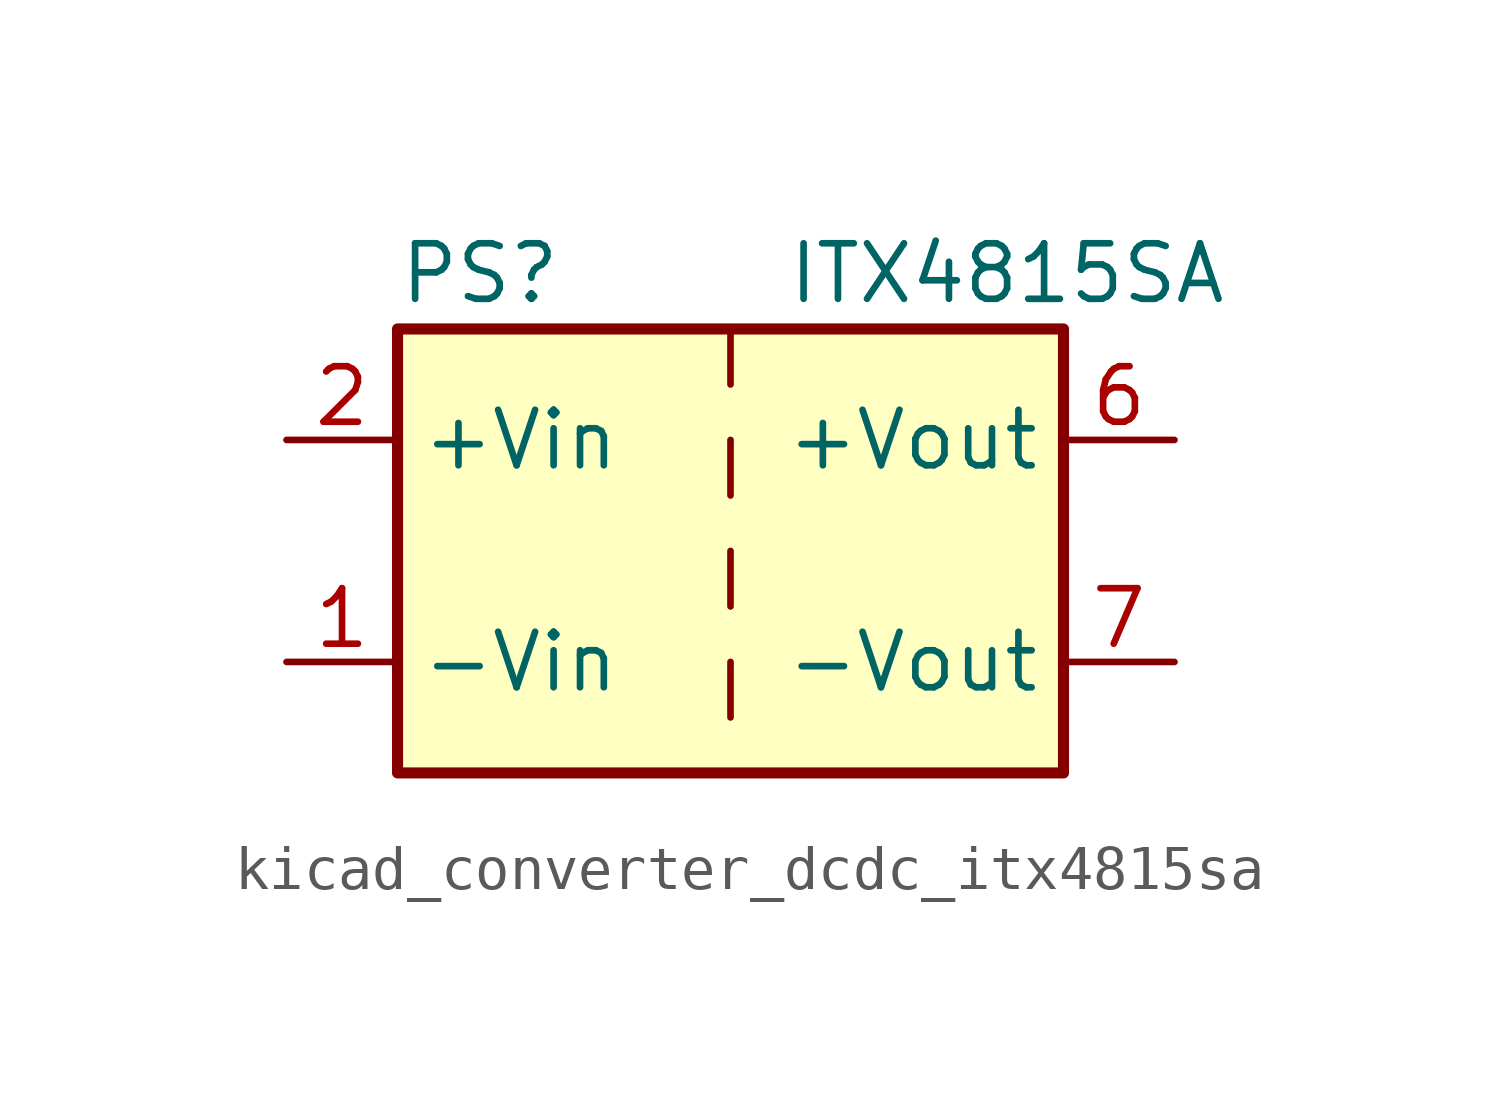
<source format=kicad_sym>
(kicad_symbol_lib
  (version 20220914)
  (generator kicad_symbol_editor)
  (symbol "kicad_converter_dcdc_itx4815sa"
    (property "Reference" "PS"
      (at -7.62 6.35 0)
      (effects (font (size 1.27 1.27)) (justify left)))
    (property "Value" "ITX4815SA"
      (at 1.27 6.35 0)
      (effects (font (size 1.27 1.27)) (justify left)))
    (symbol "kicad_converter_dcdc_itx4815sa_0_0"
      (pin power_in line (at -10.16 -2.54 0) (length 2.54) (name "-Vin" (effects (font (size 1.27 1.27)))) (number "1" (effects (font (size 1.27 1.27)))))
      (pin power_in line (at -10.16 2.54 0) (length 2.54) (name "+Vin" (effects (font (size 1.27 1.27)))) (number "2" (effects (font (size 1.27 1.27)))))
      (pin power_out line (at 10.16 2.54 180) (length 2.54) (name "+Vout" (effects (font (size 1.27 1.27)))) (number "6" (effects (font (size 1.27 1.27)))))
      (pin power_out line (at 10.16 -2.54 180) (length 2.54) (name "-Vout" (effects (font (size 1.27 1.27)))) (number "7" (effects (font (size 1.27 1.27)))))
      (pin no_connect line (at 7.62 0 180) (length 2.54) hide (name "NC" (effects (font (size 1.27 1.27)))) (number "8" (effects (font (size 1.27 1.27))))))
    (symbol "kicad_converter_dcdc_itx4815sa_0_1"
      (rectangle (start -7.62 5.08) (end 7.62 -5.08) (stroke (width 0.254) (type default)) (fill (type background)))
      (polyline (pts (xy 0 -2.54) (xy 0 -3.81)) (stroke (width 0) (type default)) (fill (type none)))
      (polyline (pts (xy 0 0) (xy 0 -1.27)) (stroke (width 0) (type default)) (fill (type none)))
      (polyline (pts (xy 0 2.54) (xy 0 1.27)) (stroke (width 0) (type default)) (fill (type none)))
      (polyline (pts (xy 0 5.08) (xy 0 3.81)) (stroke (width 0) (type default)) (fill (type none))))))
</source>
